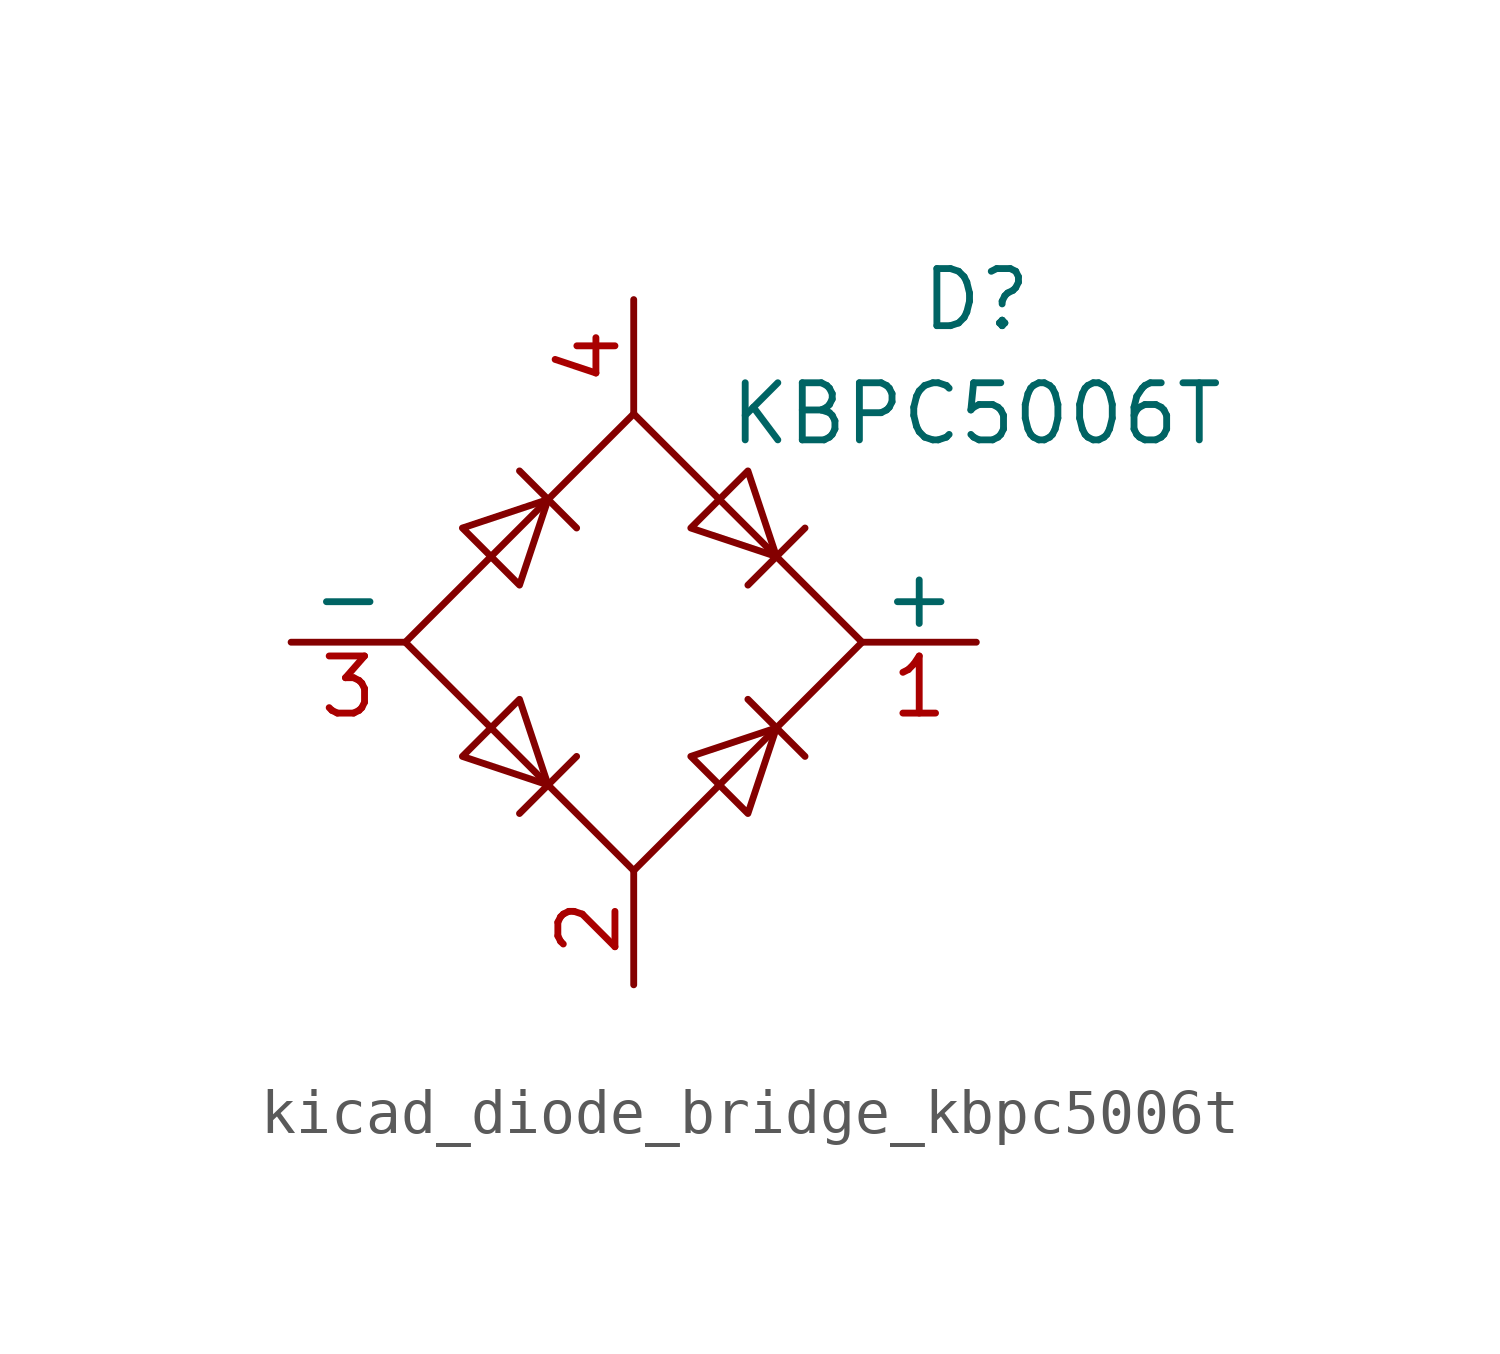
<source format=kicad_sym>
(kicad_symbol_lib
  (version 20220914)
  (generator kicad_symbol_editor)
  (symbol "kicad_diode_bridge_kbpc5006t"
    (pin_names
      (offset 0))
    (property "Reference" "D"
      (at 7.62 7.62 0)
      (effects (font (size 1.27 1.27))))
    (property "Value" "KBPC5006T"
      (at 7.62 5.08 0)
      (effects (font (size 1.27 1.27))))
    (symbol "kicad_diode_bridge_kbpc5006t_0_1"
      (polyline (pts (xy -2.54 3.81) (xy -1.27 2.54)) (stroke (width 0) (type default)) (fill (type none)))
      (polyline (pts (xy -1.27 -2.54) (xy -2.54 -3.81)) (stroke (width 0) (type default)) (fill (type none)))
      (polyline (pts (xy 2.54 -1.27) (xy 3.81 -2.54)) (stroke (width 0) (type default)) (fill (type none)))
      (polyline (pts (xy 2.54 1.27) (xy 3.81 2.54)) (stroke (width 0) (type default)) (fill (type none)))
      (polyline (pts (xy -3.81 2.54) (xy -2.54 1.27) (xy -1.905 3.175) (xy -3.81 2.54)) (stroke (width 0) (type default)) (fill (type none)))
      (polyline (pts (xy -2.54 -1.27) (xy -3.81 -2.54) (xy -1.905 -3.175) (xy -2.54 -1.27)) (stroke (width 0) (type default)) (fill (type none)))
      (polyline (pts (xy 1.27 2.54) (xy 2.54 3.81) (xy 3.175 1.905) (xy 1.27 2.54)) (stroke (width 0) (type default)) (fill (type none)))
      (polyline (pts (xy 3.175 -1.905) (xy 1.27 -2.54) (xy 2.54 -3.81) (xy 3.175 -1.905)) (stroke (width 0) (type default)) (fill (type none)))
      (polyline (pts (xy -5.08 0) (xy 0 -5.08) (xy 5.08 0) (xy 0 5.08) (xy -5.08 0)) (stroke (width 0) (type default)) (fill (type none))))
    (symbol "kicad_diode_bridge_kbpc5006t_1_1"
      (pin passive line (at 7.62 0 180) (length 2.54) (name "+" (effects (font (size 1.27 1.27)))) (number "1" (effects (font (size 1.27 1.27)))))
      (pin passive line (at 0 -7.62 90) (length 2.54) (name "~" (effects (font (size 1.27 1.27)))) (number "2" (effects (font (size 1.27 1.27)))))
      (pin passive line (at -7.62 0 0) (length 2.54) (name "-" (effects (font (size 1.27 1.27)))) (number "3" (effects (font (size 1.27 1.27)))))
      (pin passive line (at 0 7.62 270) (length 2.54) (name "~" (effects (font (size 1.27 1.27)))) (number "4" (effects (font (size 1.27 1.27))))))))
</source>
